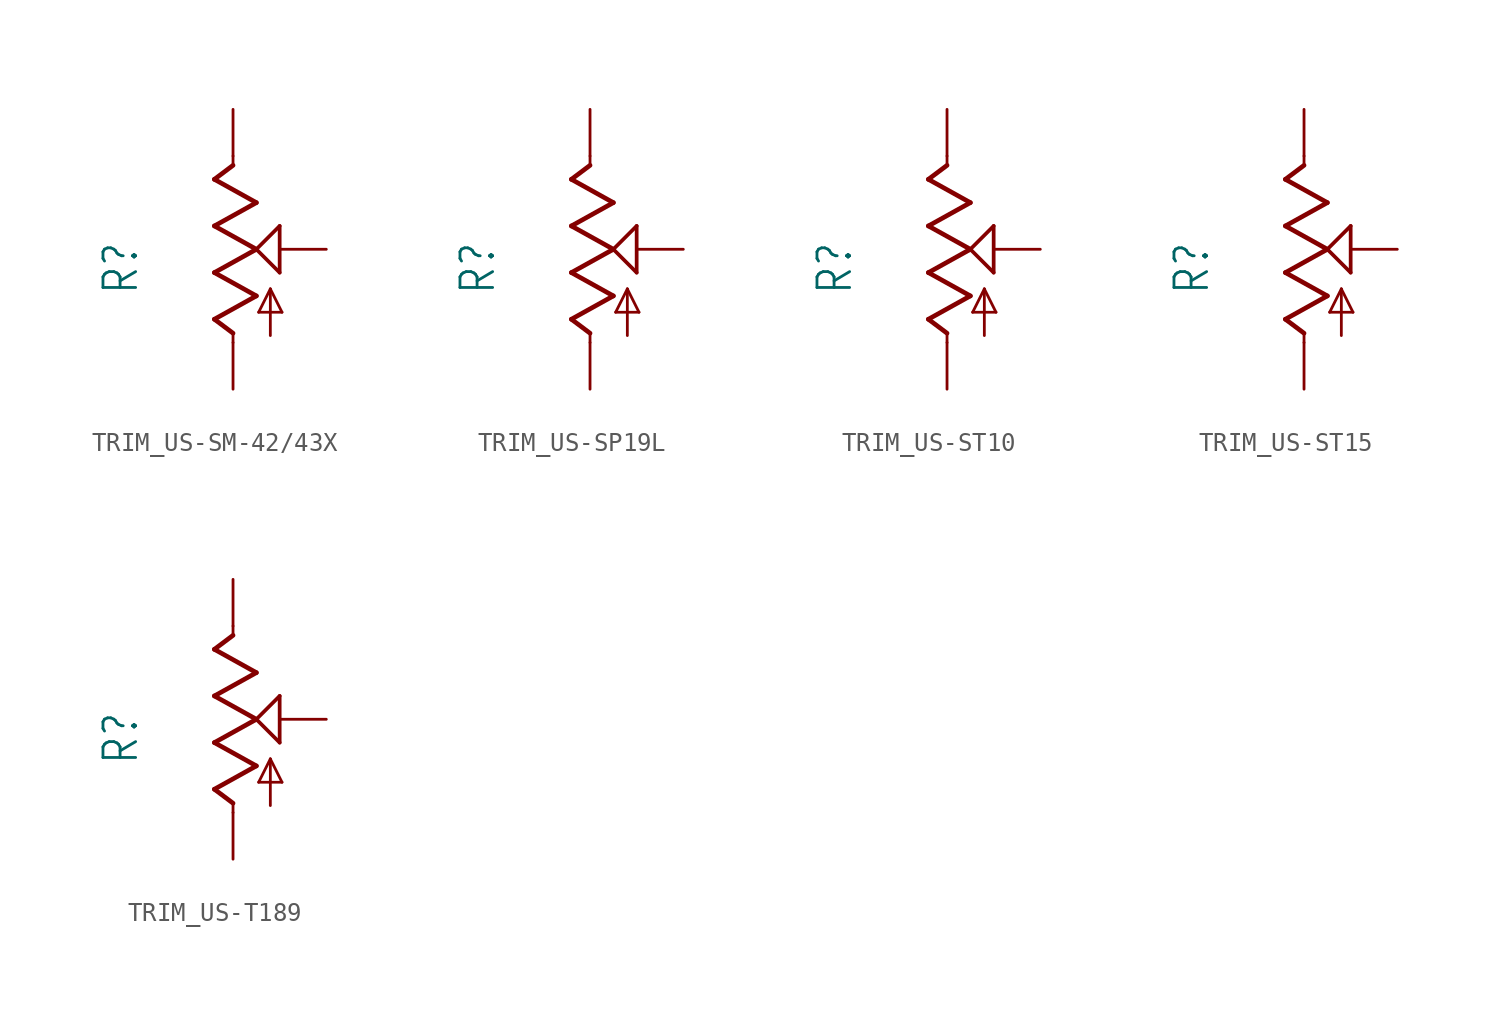
<source format=kicad_sym>
(kicad_symbol_lib
  (version 20241209)
  (generator "kicad_symbol_editor")
  (generator_version "9.0")
  (symbol "TRIM_US-SM-42/43X"
    (property "Reference" "R"
      (at -5.08 -2.54 90)
      (effects (font (size 1.778 1.511)) (justify left bottom)))
    (property "Value" ""
      (at -2.54 -2.54 90)
      (effects (font (size 1.778 1.511)) (justify left bottom)))
    (property "ki_locked" ""
      (at 0 0 0)
      (effects (font (size 1.27 1.27))))
    (symbol "TRIM_US-SM-42/43X_1_0"
      (polyline (pts (xy -1.016 3.81) (xy 0 4.572)) (stroke (width 0.254) (type solid)) (fill (type none)))
      (polyline (pts (xy -1.016 1.27) (xy 1.27 2.54)) (stroke (width 0.254) (type solid)) (fill (type none)))
      (polyline (pts (xy -1.016 -1.27) (xy 1.27 0)) (stroke (width 0.254) (type solid)) (fill (type none)))
      (polyline (pts (xy -1.016 -3.81) (xy 1.27 -2.54)) (stroke (width 0.254) (type solid)) (fill (type none)))
      (polyline (pts (xy 0 4.572) (xy 0 5.08)) (stroke (width 0.152) (type solid)) (fill (type none)))
      (polyline (pts (xy 0 -4.572) (xy -1.016 -3.81)) (stroke (width 0.254) (type solid)) (fill (type none)))
      (polyline (pts (xy 0 -5.08) (xy 0 -4.572)) (stroke (width 0.152) (type solid)) (fill (type none)))
      (polyline (pts (xy 1.27 2.54) (xy -1.016 3.81)) (stroke (width 0.254) (type solid)) (fill (type none)))
      (polyline (pts (xy 1.27 0) (xy -1.016 1.27)) (stroke (width 0.254) (type solid)) (fill (type none)))
      (polyline (pts (xy 1.27 0) (xy 2.54 1.27)) (stroke (width 0.203) (type solid)) (fill (type none)))
      (polyline (pts (xy 1.27 -2.54) (xy -1.016 -1.27)) (stroke (width 0.254) (type solid)) (fill (type none)))
      (polyline (pts (xy 1.397 -3.429) (xy 2.032 -2.159)) (stroke (width 0.152) (type solid)) (fill (type none)))
      (polyline (pts (xy 2.032 -2.159) (xy 2.667 -3.429)) (stroke (width 0.152) (type solid)) (fill (type none)))
      (polyline (pts (xy 2.032 -4.699) (xy 2.032 -2.159)) (stroke (width 0.152) (type solid)) (fill (type none)))
      (polyline (pts (xy 2.54 1.27) (xy 2.54 -1.27)) (stroke (width 0.203) (type solid)) (fill (type none)))
      (polyline (pts (xy 2.54 -1.27) (xy 1.27 0)) (stroke (width 0.203) (type solid)) (fill (type none)))
      (polyline (pts (xy 2.667 -3.429) (xy 1.397 -3.429)) (stroke (width 0.152) (type solid)) (fill (type none)))
      (pin passive line (at 0 7.62 270) (length 2.54) (name "E" (effects (font (size 0 0)))) (number "3" (effects (font (size 0 0)))))
      (pin passive line (at 0 -7.62 90) (length 2.54) (name "A" (effects (font (size 0 0)))) (number "1" (effects (font (size 0 0)))))
      (pin passive line (at 5.08 0 180) (length 2.54) (name "S" (effects (font (size 0 0)))) (number "2" (effects (font (size 0 0)))))))
  (symbol "TRIM_US-SP19L"
    (property "Reference" "R"
      (at -5.08 -2.54 90)
      (effects (font (size 1.778 1.511)) (justify left bottom)))
    (property "Value" ""
      (at -2.54 -2.54 90)
      (effects (font (size 1.778 1.511)) (justify left bottom)))
    (property "ki_locked" ""
      (at 0 0 0)
      (effects (font (size 1.27 1.27))))
    (symbol "TRIM_US-SP19L_1_0"
      (polyline (pts (xy -1.016 3.81) (xy 0 4.572)) (stroke (width 0.254) (type solid)) (fill (type none)))
      (polyline (pts (xy -1.016 1.27) (xy 1.27 2.54)) (stroke (width 0.254) (type solid)) (fill (type none)))
      (polyline (pts (xy -1.016 -1.27) (xy 1.27 0)) (stroke (width 0.254) (type solid)) (fill (type none)))
      (polyline (pts (xy -1.016 -3.81) (xy 1.27 -2.54)) (stroke (width 0.254) (type solid)) (fill (type none)))
      (polyline (pts (xy 0 4.572) (xy 0 5.08)) (stroke (width 0.152) (type solid)) (fill (type none)))
      (polyline (pts (xy 0 -4.572) (xy -1.016 -3.81)) (stroke (width 0.254) (type solid)) (fill (type none)))
      (polyline (pts (xy 0 -5.08) (xy 0 -4.572)) (stroke (width 0.152) (type solid)) (fill (type none)))
      (polyline (pts (xy 1.27 2.54) (xy -1.016 3.81)) (stroke (width 0.254) (type solid)) (fill (type none)))
      (polyline (pts (xy 1.27 0) (xy -1.016 1.27)) (stroke (width 0.254) (type solid)) (fill (type none)))
      (polyline (pts (xy 1.27 0) (xy 2.54 1.27)) (stroke (width 0.203) (type solid)) (fill (type none)))
      (polyline (pts (xy 1.27 -2.54) (xy -1.016 -1.27)) (stroke (width 0.254) (type solid)) (fill (type none)))
      (polyline (pts (xy 1.397 -3.429) (xy 2.032 -2.159)) (stroke (width 0.152) (type solid)) (fill (type none)))
      (polyline (pts (xy 2.032 -2.159) (xy 2.667 -3.429)) (stroke (width 0.152) (type solid)) (fill (type none)))
      (polyline (pts (xy 2.032 -4.699) (xy 2.032 -2.159)) (stroke (width 0.152) (type solid)) (fill (type none)))
      (polyline (pts (xy 2.54 1.27) (xy 2.54 -1.27)) (stroke (width 0.203) (type solid)) (fill (type none)))
      (polyline (pts (xy 2.54 -1.27) (xy 1.27 0)) (stroke (width 0.203) (type solid)) (fill (type none)))
      (polyline (pts (xy 2.667 -3.429) (xy 1.397 -3.429)) (stroke (width 0.152) (type solid)) (fill (type none)))
      (pin passive line (at 0 7.62 270) (length 2.54) (name "E" (effects (font (size 0 0)))) (number "E" (effects (font (size 0 0)))))
      (pin passive line (at 0 -7.62 90) (length 2.54) (name "A" (effects (font (size 0 0)))) (number "A" (effects (font (size 0 0)))))
      (pin passive line (at 5.08 0 180) (length 2.54) (name "S" (effects (font (size 0 0)))) (number "S" (effects (font (size 0 0)))))))
  (symbol "TRIM_US-ST10"
    (property "Reference" "R"
      (at -5.08 -2.54 90)
      (effects (font (size 1.778 1.511)) (justify left bottom)))
    (property "Value" ""
      (at -2.54 -2.54 90)
      (effects (font (size 1.778 1.511)) (justify left bottom)))
    (property "ki_locked" ""
      (at 0 0 0)
      (effects (font (size 1.27 1.27))))
    (symbol "TRIM_US-ST10_1_0"
      (polyline (pts (xy -1.016 3.81) (xy 0 4.572)) (stroke (width 0.254) (type solid)) (fill (type none)))
      (polyline (pts (xy -1.016 1.27) (xy 1.27 2.54)) (stroke (width 0.254) (type solid)) (fill (type none)))
      (polyline (pts (xy -1.016 -1.27) (xy 1.27 0)) (stroke (width 0.254) (type solid)) (fill (type none)))
      (polyline (pts (xy -1.016 -3.81) (xy 1.27 -2.54)) (stroke (width 0.254) (type solid)) (fill (type none)))
      (polyline (pts (xy 0 4.572) (xy 0 5.08)) (stroke (width 0.152) (type solid)) (fill (type none)))
      (polyline (pts (xy 0 -4.572) (xy -1.016 -3.81)) (stroke (width 0.254) (type solid)) (fill (type none)))
      (polyline (pts (xy 0 -5.08) (xy 0 -4.572)) (stroke (width 0.152) (type solid)) (fill (type none)))
      (polyline (pts (xy 1.27 2.54) (xy -1.016 3.81)) (stroke (width 0.254) (type solid)) (fill (type none)))
      (polyline (pts (xy 1.27 0) (xy -1.016 1.27)) (stroke (width 0.254) (type solid)) (fill (type none)))
      (polyline (pts (xy 1.27 0) (xy 2.54 1.27)) (stroke (width 0.203) (type solid)) (fill (type none)))
      (polyline (pts (xy 1.27 -2.54) (xy -1.016 -1.27)) (stroke (width 0.254) (type solid)) (fill (type none)))
      (polyline (pts (xy 1.397 -3.429) (xy 2.032 -2.159)) (stroke (width 0.152) (type solid)) (fill (type none)))
      (polyline (pts (xy 2.032 -2.159) (xy 2.667 -3.429)) (stroke (width 0.152) (type solid)) (fill (type none)))
      (polyline (pts (xy 2.032 -4.699) (xy 2.032 -2.159)) (stroke (width 0.152) (type solid)) (fill (type none)))
      (polyline (pts (xy 2.54 1.27) (xy 2.54 -1.27)) (stroke (width 0.203) (type solid)) (fill (type none)))
      (polyline (pts (xy 2.54 -1.27) (xy 1.27 0)) (stroke (width 0.203) (type solid)) (fill (type none)))
      (polyline (pts (xy 2.667 -3.429) (xy 1.397 -3.429)) (stroke (width 0.152) (type solid)) (fill (type none)))
      (pin passive line (at 0 7.62 270) (length 2.54) (name "E" (effects (font (size 0 0)))) (number "E" (effects (font (size 0 0)))))
      (pin passive line (at 0 -7.62 90) (length 2.54) (name "A" (effects (font (size 0 0)))) (number "A" (effects (font (size 0 0)))))
      (pin passive line (at 5.08 0 180) (length 2.54) (name "S" (effects (font (size 0 0)))) (number "S" (effects (font (size 0 0)))))))
  (symbol "TRIM_US-ST15"
    (property "Reference" "R"
      (at -5.08 -2.54 90)
      (effects (font (size 1.778 1.511)) (justify left bottom)))
    (property "Value" ""
      (at -2.54 -2.54 90)
      (effects (font (size 1.778 1.511)) (justify left bottom)))
    (property "ki_locked" ""
      (at 0 0 0)
      (effects (font (size 1.27 1.27))))
    (symbol "TRIM_US-ST15_1_0"
      (polyline (pts (xy -1.016 3.81) (xy 0 4.572)) (stroke (width 0.254) (type solid)) (fill (type none)))
      (polyline (pts (xy -1.016 1.27) (xy 1.27 2.54)) (stroke (width 0.254) (type solid)) (fill (type none)))
      (polyline (pts (xy -1.016 -1.27) (xy 1.27 0)) (stroke (width 0.254) (type solid)) (fill (type none)))
      (polyline (pts (xy -1.016 -3.81) (xy 1.27 -2.54)) (stroke (width 0.254) (type solid)) (fill (type none)))
      (polyline (pts (xy 0 4.572) (xy 0 5.08)) (stroke (width 0.152) (type solid)) (fill (type none)))
      (polyline (pts (xy 0 -4.572) (xy -1.016 -3.81)) (stroke (width 0.254) (type solid)) (fill (type none)))
      (polyline (pts (xy 0 -5.08) (xy 0 -4.572)) (stroke (width 0.152) (type solid)) (fill (type none)))
      (polyline (pts (xy 1.27 2.54) (xy -1.016 3.81)) (stroke (width 0.254) (type solid)) (fill (type none)))
      (polyline (pts (xy 1.27 0) (xy -1.016 1.27)) (stroke (width 0.254) (type solid)) (fill (type none)))
      (polyline (pts (xy 1.27 0) (xy 2.54 1.27)) (stroke (width 0.203) (type solid)) (fill (type none)))
      (polyline (pts (xy 1.27 -2.54) (xy -1.016 -1.27)) (stroke (width 0.254) (type solid)) (fill (type none)))
      (polyline (pts (xy 1.397 -3.429) (xy 2.032 -2.159)) (stroke (width 0.152) (type solid)) (fill (type none)))
      (polyline (pts (xy 2.032 -2.159) (xy 2.667 -3.429)) (stroke (width 0.152) (type solid)) (fill (type none)))
      (polyline (pts (xy 2.032 -4.699) (xy 2.032 -2.159)) (stroke (width 0.152) (type solid)) (fill (type none)))
      (polyline (pts (xy 2.54 1.27) (xy 2.54 -1.27)) (stroke (width 0.203) (type solid)) (fill (type none)))
      (polyline (pts (xy 2.54 -1.27) (xy 1.27 0)) (stroke (width 0.203) (type solid)) (fill (type none)))
      (polyline (pts (xy 2.667 -3.429) (xy 1.397 -3.429)) (stroke (width 0.152) (type solid)) (fill (type none)))
      (pin passive line (at 0 7.62 270) (length 2.54) (name "E" (effects (font (size 0 0)))) (number "E" (effects (font (size 0 0)))))
      (pin passive line (at 0 -7.62 90) (length 2.54) (name "A" (effects (font (size 0 0)))) (number "A" (effects (font (size 0 0)))))
      (pin passive line (at 5.08 0 180) (length 2.54) (name "S" (effects (font (size 0 0)))) (number "S" (effects (font (size 0 0)))))))
  (symbol "TRIM_US-T189"
    (property "Reference" "R"
      (at -5.08 -2.54 90)
      (effects (font (size 1.778 1.511)) (justify left bottom)))
    (property "Value" ""
      (at -2.54 -2.54 90)
      (effects (font (size 1.778 1.511)) (justify left bottom)))
    (property "ki_locked" ""
      (at 0 0 0)
      (effects (font (size 1.27 1.27))))
    (symbol "TRIM_US-T189_1_0"
      (polyline (pts (xy -1.016 3.81) (xy 0 4.572)) (stroke (width 0.254) (type solid)) (fill (type none)))
      (polyline (pts (xy -1.016 1.27) (xy 1.27 2.54)) (stroke (width 0.254) (type solid)) (fill (type none)))
      (polyline (pts (xy -1.016 -1.27) (xy 1.27 0)) (stroke (width 0.254) (type solid)) (fill (type none)))
      (polyline (pts (xy -1.016 -3.81) (xy 1.27 -2.54)) (stroke (width 0.254) (type solid)) (fill (type none)))
      (polyline (pts (xy 0 4.572) (xy 0 5.08)) (stroke (width 0.152) (type solid)) (fill (type none)))
      (polyline (pts (xy 0 -4.572) (xy -1.016 -3.81)) (stroke (width 0.254) (type solid)) (fill (type none)))
      (polyline (pts (xy 0 -5.08) (xy 0 -4.572)) (stroke (width 0.152) (type solid)) (fill (type none)))
      (polyline (pts (xy 1.27 2.54) (xy -1.016 3.81)) (stroke (width 0.254) (type solid)) (fill (type none)))
      (polyline (pts (xy 1.27 0) (xy -1.016 1.27)) (stroke (width 0.254) (type solid)) (fill (type none)))
      (polyline (pts (xy 1.27 0) (xy 2.54 1.27)) (stroke (width 0.203) (type solid)) (fill (type none)))
      (polyline (pts (xy 1.27 -2.54) (xy -1.016 -1.27)) (stroke (width 0.254) (type solid)) (fill (type none)))
      (polyline (pts (xy 1.397 -3.429) (xy 2.032 -2.159)) (stroke (width 0.152) (type solid)) (fill (type none)))
      (polyline (pts (xy 2.032 -2.159) (xy 2.667 -3.429)) (stroke (width 0.152) (type solid)) (fill (type none)))
      (polyline (pts (xy 2.032 -4.699) (xy 2.032 -2.159)) (stroke (width 0.152) (type solid)) (fill (type none)))
      (polyline (pts (xy 2.54 1.27) (xy 2.54 -1.27)) (stroke (width 0.203) (type solid)) (fill (type none)))
      (polyline (pts (xy 2.54 -1.27) (xy 1.27 0)) (stroke (width 0.203) (type solid)) (fill (type none)))
      (polyline (pts (xy 2.667 -3.429) (xy 1.397 -3.429)) (stroke (width 0.152) (type solid)) (fill (type none)))
      (pin passive line (at 0 7.62 270) (length 2.54) (name "E" (effects (font (size 0 0)))) (number "E" (effects (font (size 0 0)))))
      (pin passive line (at 0 -7.62 90) (length 2.54) (name "A" (effects (font (size 0 0)))) (number "A" (effects (font (size 0 0)))))
      (pin passive line (at 5.08 0 180) (length 2.54) (name "S" (effects (font (size 0 0)))) (number "S" (effects (font (size 0 0))))))))
</source>
